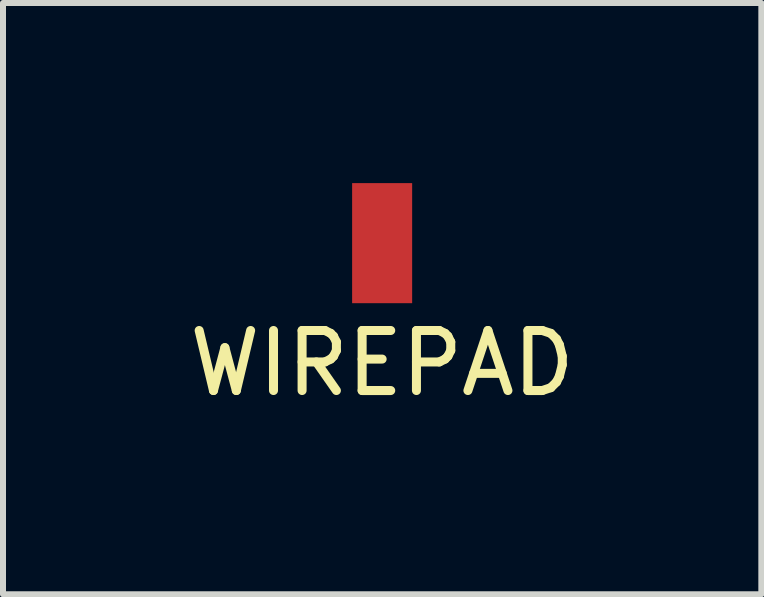
<source format=kicad_pcb>
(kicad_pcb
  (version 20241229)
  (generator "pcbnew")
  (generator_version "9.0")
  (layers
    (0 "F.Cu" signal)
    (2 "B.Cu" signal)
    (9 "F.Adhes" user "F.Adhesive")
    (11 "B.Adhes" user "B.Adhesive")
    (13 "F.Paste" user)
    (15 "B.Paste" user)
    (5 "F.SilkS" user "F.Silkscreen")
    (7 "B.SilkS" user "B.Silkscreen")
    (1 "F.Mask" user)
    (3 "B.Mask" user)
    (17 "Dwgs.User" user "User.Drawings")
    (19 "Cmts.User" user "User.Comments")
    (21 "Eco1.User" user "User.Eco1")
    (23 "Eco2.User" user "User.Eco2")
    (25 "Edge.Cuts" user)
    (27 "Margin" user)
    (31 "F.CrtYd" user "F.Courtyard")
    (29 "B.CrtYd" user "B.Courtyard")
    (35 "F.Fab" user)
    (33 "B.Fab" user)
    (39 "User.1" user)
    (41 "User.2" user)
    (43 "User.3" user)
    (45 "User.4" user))
  (footprint "WIREPAD"
    (layer "F.Cu")
    (at 3.315 1)
    (property "Reference" "WIREPAD" (at 0 2 0) (layer "F.SilkS") (effects (font (size 1 1) (thickness 0.15))))
    (attr through_hole)
    (pad "1" connect rect (at 0 0) (size 1 2) (layers "F.Cu" "F.Mask")))
  (gr_rect
    (start -3 -3)
    (end 9.631 6.848)
    (stroke (width 0.1) (type default))
    (fill no)
    (layer "Edge.Cuts")))
</source>
